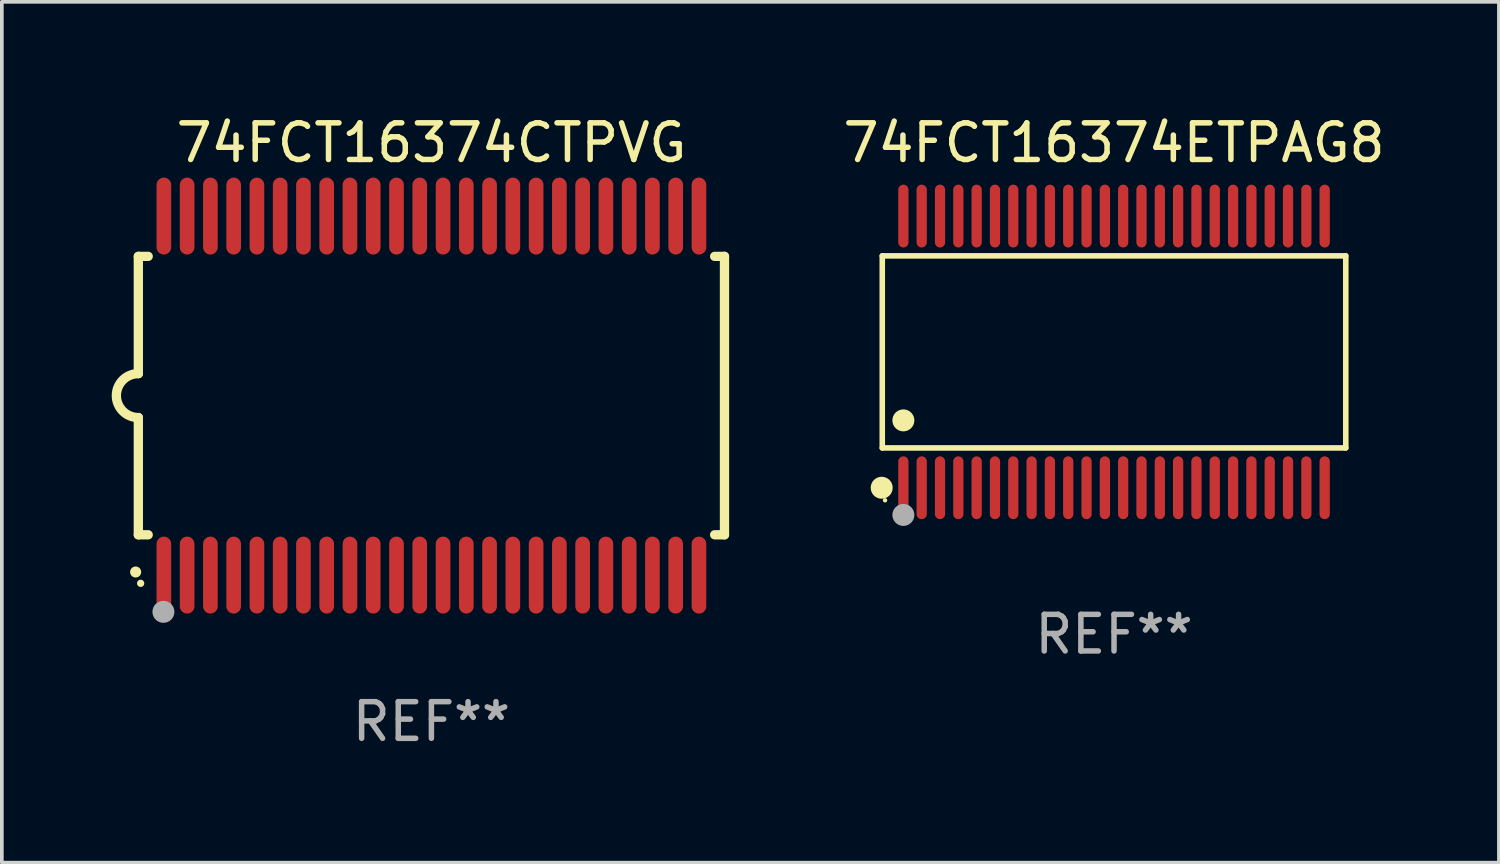
<source format=kicad_pcb>
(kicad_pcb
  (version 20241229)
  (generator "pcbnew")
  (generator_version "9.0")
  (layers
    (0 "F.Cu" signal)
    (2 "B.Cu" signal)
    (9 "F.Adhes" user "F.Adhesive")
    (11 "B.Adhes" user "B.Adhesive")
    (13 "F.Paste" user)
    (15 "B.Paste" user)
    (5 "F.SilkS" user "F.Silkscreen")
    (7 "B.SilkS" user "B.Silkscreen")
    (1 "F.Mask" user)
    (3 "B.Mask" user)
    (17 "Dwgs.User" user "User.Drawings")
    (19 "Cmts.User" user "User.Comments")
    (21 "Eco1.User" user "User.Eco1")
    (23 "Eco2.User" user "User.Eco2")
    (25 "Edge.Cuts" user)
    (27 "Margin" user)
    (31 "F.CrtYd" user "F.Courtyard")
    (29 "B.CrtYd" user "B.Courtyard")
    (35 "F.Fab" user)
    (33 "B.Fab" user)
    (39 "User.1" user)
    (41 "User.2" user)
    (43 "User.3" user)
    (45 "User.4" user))
  (footprint "74FCT16374ETPAG8"
    (layer "F.Cu")
    (at 27.359 6.556)
    (property "Reference" "74FCT16374ETPAG8" (at 0 -5.708 0) (layer "F.SilkS") (effects (font (size 1 1) (thickness 0.15))))
    (attr through_hole)
    (fp_line (start -6.326 -2.622) (end 6.326 -2.622) (stroke (width 0.152) (type solid)) (layer "F.SilkS"))
    (fp_line (start -6.326 2.621) (end -6.326 -2.622) (stroke (width 0.152) (type solid)) (layer "F.SilkS"))
    (fp_line (start 6.326 -2.622) (end 6.326 2.621) (stroke (width 0.152) (type solid)) (layer "F.SilkS"))
    (fp_line (start 6.326 2.621) (end -6.326 2.621) (stroke (width 0.152) (type solid)) (layer "F.SilkS"))
    (fp_circle (center -6.342 3.708) (end -6.192 3.708) (stroke (width 0.3) (type solid)) (fill no) (layer "F.SilkS"))
    (fp_circle (center -6.25 4.05) (end -6.22 4.05) (stroke (width 0.06) (type solid)) (fill no) (layer "F.SilkS"))
    (fp_circle (center -5.75 1.869) (end -5.6 1.869) (stroke (width 0.3) (type solid)) (fill no) (layer "F.SilkS"))
    (fp_circle (center -5.75 4.45) (end -5.6 4.45) (stroke (width 0.3) (type solid)) (fill no) (layer "F.Fab"))
    (fp_text user "REF**" (at 0 7.708 0) (layer "F.Fab") (effects (font (size 1 1) (thickness 0.15))))
    (pad "1" smd oval (at -5.75 3.708) (size 0.28 1.715) (layers "F.Cu" "F.Mask" "F.Paste"))
    (pad "2" smd oval (at -5.25 3.708) (size 0.28 1.715) (layers "F.Cu" "F.Mask" "F.Paste"))
    (pad "3" smd oval (at -4.75 3.708) (size 0.28 1.715) (layers "F.Cu" "F.Mask" "F.Paste"))
    (pad "4" smd oval (at -4.25 3.708) (size 0.28 1.715) (layers "F.Cu" "F.Mask" "F.Paste"))
    (pad "5" smd oval (at -3.75 3.708) (size 0.28 1.715) (layers "F.Cu" "F.Mask" "F.Paste"))
    (pad "6" smd oval (at -3.25 3.708) (size 0.28 1.715) (layers "F.Cu" "F.Mask" "F.Paste"))
    (pad "7" smd oval (at -2.75 3.708) (size 0.28 1.715) (layers "F.Cu" "F.Mask" "F.Paste"))
    (pad "8" smd oval (at -2.25 3.708) (size 0.28 1.715) (layers "F.Cu" "F.Mask" "F.Paste"))
    (pad "9" smd oval (at -1.75 3.708) (size 0.28 1.715) (layers "F.Cu" "F.Mask" "F.Paste"))
    (pad "10" smd oval (at -1.25 3.708) (size 0.28 1.715) (layers "F.Cu" "F.Mask" "F.Paste"))
    (pad "11" smd oval (at -0.75 3.708) (size 0.28 1.715) (layers "F.Cu" "F.Mask" "F.Paste"))
    (pad "12" smd oval (at -0.25 3.708) (size 0.28 1.715) (layers "F.Cu" "F.Mask" "F.Paste"))
    (pad "13" smd oval (at 0.25 3.708) (size 0.28 1.715) (layers "F.Cu" "F.Mask" "F.Paste"))
    (pad "14" smd oval (at 0.75 3.708) (size 0.28 1.715) (layers "F.Cu" "F.Mask" "F.Paste"))
    (pad "15" smd oval (at 1.25 3.708) (size 0.28 1.715) (layers "F.Cu" "F.Mask" "F.Paste"))
    (pad "16" smd oval (at 1.75 3.708) (size 0.28 1.715) (layers "F.Cu" "F.Mask" "F.Paste"))
    (pad "17" smd oval (at 2.25 3.708) (size 0.28 1.715) (layers "F.Cu" "F.Mask" "F.Paste"))
    (pad "18" smd oval (at 2.75 3.708) (size 0.28 1.715) (layers "F.Cu" "F.Mask" "F.Paste"))
    (pad "19" smd oval (at 3.25 3.708) (size 0.28 1.715) (layers "F.Cu" "F.Mask" "F.Paste"))
    (pad "20" smd oval (at 3.75 3.708) (size 0.28 1.715) (layers "F.Cu" "F.Mask" "F.Paste"))
    (pad "21" smd oval (at 4.25 3.708) (size 0.28 1.715) (layers "F.Cu" "F.Mask" "F.Paste"))
    (pad "22" smd oval (at 4.75 3.708) (size 0.28 1.715) (layers "F.Cu" "F.Mask" "F.Paste"))
    (pad "23" smd oval (at 5.25 3.708) (size 0.28 1.715) (layers "F.Cu" "F.Mask" "F.Paste"))
    (pad "24" smd oval (at 5.75 3.708) (size 0.28 1.715) (layers "F.Cu" "F.Mask" "F.Paste"))
    (pad "25" smd oval (at 5.75 -3.708) (size 0.28 1.715) (layers "F.Cu" "F.Mask" "F.Paste"))
    (pad "26" smd oval (at 5.25 -3.708) (size 0.28 1.715) (layers "F.Cu" "F.Mask" "F.Paste"))
    (pad "27" smd oval (at 4.75 -3.708) (size 0.28 1.715) (layers "F.Cu" "F.Mask" "F.Paste"))
    (pad "28" smd oval (at 4.25 -3.708) (size 0.28 1.715) (layers "F.Cu" "F.Mask" "F.Paste"))
    (pad "29" smd oval (at 3.75 -3.708) (size 0.28 1.715) (layers "F.Cu" "F.Mask" "F.Paste"))
    (pad "30" smd oval (at 3.25 -3.708) (size 0.28 1.715) (layers "F.Cu" "F.Mask" "F.Paste"))
    (pad "31" smd oval (at 2.75 -3.708) (size 0.28 1.715) (layers "F.Cu" "F.Mask" "F.Paste"))
    (pad "32" smd oval (at 2.25 -3.708) (size 0.28 1.715) (layers "F.Cu" "F.Mask" "F.Paste"))
    (pad "33" smd oval (at 1.75 -3.708) (size 0.28 1.715) (layers "F.Cu" "F.Mask" "F.Paste"))
    (pad "34" smd oval (at 1.25 -3.708) (size 0.28 1.715) (layers "F.Cu" "F.Mask" "F.Paste"))
    (pad "35" smd oval (at 0.75 -3.708) (size 0.28 1.715) (layers "F.Cu" "F.Mask" "F.Paste"))
    (pad "36" smd oval (at 0.25 -3.708) (size 0.28 1.715) (layers "F.Cu" "F.Mask" "F.Paste"))
    (pad "37" smd oval (at -0.25 -3.708) (size 0.28 1.715) (layers "F.Cu" "F.Mask" "F.Paste"))
    (pad "38" smd oval (at -0.75 -3.708) (size 0.28 1.715) (layers "F.Cu" "F.Mask" "F.Paste"))
    (pad "39" smd oval (at -1.25 -3.708) (size 0.28 1.715) (layers "F.Cu" "F.Mask" "F.Paste"))
    (pad "40" smd oval (at -1.75 -3.708) (size 0.28 1.715) (layers "F.Cu" "F.Mask" "F.Paste"))
    (pad "41" smd oval (at -2.25 -3.708) (size 0.28 1.715) (layers "F.Cu" "F.Mask" "F.Paste"))
    (pad "42" smd oval (at -2.75 -3.708) (size 0.28 1.715) (layers "F.Cu" "F.Mask" "F.Paste"))
    (pad "43" smd oval (at -3.25 -3.708) (size 0.28 1.715) (layers "F.Cu" "F.Mask" "F.Paste"))
    (pad "44" smd oval (at -3.75 -3.708) (size 0.28 1.715) (layers "F.Cu" "F.Mask" "F.Paste"))
    (pad "45" smd oval (at -4.25 -3.708) (size 0.28 1.715) (layers "F.Cu" "F.Mask" "F.Paste"))
    (pad "46" smd oval (at -4.75 -3.708) (size 0.28 1.715) (layers "F.Cu" "F.Mask" "F.Paste"))
    (pad "47" smd oval (at -5.25 -3.708) (size 0.28 1.715) (layers "F.Cu" "F.Mask" "F.Paste"))
    (pad "48" smd oval (at -5.75 -3.708) (size 0.28 1.715) (layers "F.Cu" "F.Mask" "F.Paste")))
  (footprint "74FCT16374CTPVG"
    (layer "F.Cu")
    (at 8.726 7.748)
    (property "Reference" "74FCT16374CTPVG" (at 0 -6.9 0) (layer "F.SilkS") (effects (font (size 1 1) (thickness 0.15))))
    (attr through_hole)
    (fp_line (start -8 -3.8) (end -8 -0.599) (stroke (width 0.254) (type solid)) (layer "F.SilkS"))
    (fp_line (start -8 -3.8) (end -7.731 -3.8) (stroke (width 0.254) (type solid)) (layer "F.SilkS"))
    (fp_line (start -8 3.8) (end -8 0.599) (stroke (width 0.254) (type solid)) (layer "F.SilkS"))
    (fp_line (start -7.731 3.8) (end -8 3.8) (stroke (width 0.254) (type solid)) (layer "F.SilkS"))
    (fp_line (start 7.731 -3.8) (end 8 -3.8) (stroke (width 0.254) (type solid)) (layer "F.SilkS"))
    (fp_line (start 8 -3.8) (end 8 3.8) (stroke (width 0.254) (type solid)) (layer "F.SilkS"))
    (fp_line (start 8 3.8) (end 7.731 3.8) (stroke (width 0.254) (type solid)) (layer "F.SilkS"))
    (fp_arc (start -8.074676 4.81585) (mid -8.073406 4.815845) (end -8.072136 4.81585) (stroke (width 0.3) (type solid)) (layer "F.SilkS"))
    (fp_arc (start -8.000025 0.6) (mid -8.598908 0.00056) (end -8.000027 -0.598882) (stroke (width 0.254001) (type solid)) (layer "F.SilkS"))
    (fp_circle (center -7.937 5.125) (end -7.887 5.125) (stroke (width 0.1) (type solid)) (fill no) (layer "F.SilkS"))
    (fp_circle (center -7.315 5.903) (end -7.165 5.903) (stroke (width 0.3) (type solid)) (fill no) (layer "F.Fab"))
    (fp_text user "REF**" (at 0 8.9 0) (layer "F.Fab") (effects (font (size 1 1) (thickness 0.15))))
    (pad "1" smd oval (at -7.303 4.9) (size 0.4 2.1) (layers "F.Cu" "F.Mask" "F.Paste"))
    (pad "2" smd oval (at -6.668 4.9) (size 0.4 2.1) (layers "F.Cu" "F.Mask" "F.Paste"))
    (pad "3" smd oval (at -6.033 4.9) (size 0.4 2.1) (layers "F.Cu" "F.Mask" "F.Paste"))
    (pad "4" smd oval (at -5.398 4.9) (size 0.4 2.1) (layers "F.Cu" "F.Mask" "F.Paste"))
    (pad "5" smd oval (at -4.763 4.9) (size 0.4 2.1) (layers "F.Cu" "F.Mask" "F.Paste"))
    (pad "6" smd oval (at -4.128 4.9) (size 0.4 2.1) (layers "F.Cu" "F.Mask" "F.Paste"))
    (pad "7" smd oval (at -3.493 4.9) (size 0.4 2.1) (layers "F.Cu" "F.Mask" "F.Paste"))
    (pad "8" smd oval (at -2.858 4.9) (size 0.4 2.1) (layers "F.Cu" "F.Mask" "F.Paste"))
    (pad "9" smd oval (at -2.223 4.9) (size 0.4 2.1) (layers "F.Cu" "F.Mask" "F.Paste"))
    (pad "10" smd oval (at -1.588 4.9) (size 0.4 2.1) (layers "F.Cu" "F.Mask" "F.Paste"))
    (pad "11" smd oval (at -0.953 4.9) (size 0.4 2.1) (layers "F.Cu" "F.Mask" "F.Paste"))
    (pad "12" smd oval (at -0.318 4.9) (size 0.4 2.1) (layers "F.Cu" "F.Mask" "F.Paste"))
    (pad "13" smd oval (at 0.318 4.9) (size 0.4 2.1) (layers "F.Cu" "F.Mask" "F.Paste"))
    (pad "14" smd oval (at 0.953 4.9) (size 0.4 2.1) (layers "F.Cu" "F.Mask" "F.Paste"))
    (pad "15" smd oval (at 1.588 4.9) (size 0.4 2.1) (layers "F.Cu" "F.Mask" "F.Paste"))
    (pad "16" smd oval (at 2.223 4.9) (size 0.4 2.1) (layers "F.Cu" "F.Mask" "F.Paste"))
    (pad "17" smd oval (at 2.858 4.9) (size 0.4 2.1) (layers "F.Cu" "F.Mask" "F.Paste"))
    (pad "18" smd oval (at 3.493 4.9) (size 0.4 2.1) (layers "F.Cu" "F.Mask" "F.Paste"))
    (pad "19" smd oval (at 4.128 4.9) (size 0.4 2.1) (layers "F.Cu" "F.Mask" "F.Paste"))
    (pad "20" smd oval (at 4.763 4.9) (size 0.4 2.1) (layers "F.Cu" "F.Mask" "F.Paste"))
    (pad "21" smd oval (at 5.398 4.9) (size 0.4 2.1) (layers "F.Cu" "F.Mask" "F.Paste"))
    (pad "22" smd oval (at 6.033 4.9) (size 0.4 2.1) (layers "F.Cu" "F.Mask" "F.Paste"))
    (pad "23" smd oval (at 6.668 4.9) (size 0.4 2.1) (layers "F.Cu" "F.Mask" "F.Paste"))
    (pad "24" smd oval (at 7.303 4.9) (size 0.4 2.1) (layers "F.Cu" "F.Mask" "F.Paste"))
    (pad "25" smd oval (at 7.303 -4.9 180) (size 0.4 2.1) (layers "F.Cu" "F.Mask" "F.Paste"))
    (pad "26" smd oval (at 6.668 -4.9 180) (size 0.4 2.1) (layers "F.Cu" "F.Mask" "F.Paste"))
    (pad "27" smd oval (at 6.033 -4.9 180) (size 0.4 2.1) (layers "F.Cu" "F.Mask" "F.Paste"))
    (pad "28" smd oval (at 5.398 -4.9 180) (size 0.4 2.1) (layers "F.Cu" "F.Mask" "F.Paste"))
    (pad "29" smd oval (at 4.763 -4.9 180) (size 0.4 2.1) (layers "F.Cu" "F.Mask" "F.Paste"))
    (pad "30" smd oval (at 4.128 -4.9 180) (size 0.4 2.1) (layers "F.Cu" "F.Mask" "F.Paste"))
    (pad "31" smd oval (at 3.493 -4.9 180) (size 0.4 2.1) (layers "F.Cu" "F.Mask" "F.Paste"))
    (pad "32" smd oval (at 2.858 -4.9 180) (size 0.4 2.1) (layers "F.Cu" "F.Mask" "F.Paste"))
    (pad "33" smd oval (at 2.223 -4.9 180) (size 0.4 2.1) (layers "F.Cu" "F.Mask" "F.Paste"))
    (pad "34" smd oval (at 1.588 -4.9 180) (size 0.4 2.1) (layers "F.Cu" "F.Mask" "F.Paste"))
    (pad "35" smd oval (at 0.953 -4.9 180) (size 0.4 2.1) (layers "F.Cu" "F.Mask" "F.Paste"))
    (pad "36" smd oval (at 0.318 -4.9 180) (size 0.4 2.1) (layers "F.Cu" "F.Mask" "F.Paste"))
    (pad "37" smd oval (at -0.318 -4.9 180) (size 0.4 2.1) (layers "F.Cu" "F.Mask" "F.Paste"))
    (pad "38" smd oval (at -0.953 -4.9 180) (size 0.4 2.1) (layers "F.Cu" "F.Mask" "F.Paste"))
    (pad "39" smd oval (at -1.588 -4.9 180) (size 0.4 2.1) (layers "F.Cu" "F.Mask" "F.Paste"))
    (pad "40" smd oval (at -2.223 -4.9 180) (size 0.4 2.1) (layers "F.Cu" "F.Mask" "F.Paste"))
    (pad "41" smd oval (at -2.858 -4.9 180) (size 0.4 2.1) (layers "F.Cu" "F.Mask" "F.Paste"))
    (pad "42" smd oval (at -3.493 -4.9 180) (size 0.4 2.1) (layers "F.Cu" "F.Mask" "F.Paste"))
    (pad "43" smd oval (at -4.128 -4.9 180) (size 0.4 2.1) (layers "F.Cu" "F.Mask" "F.Paste"))
    (pad "44" smd oval (at -4.763 -4.9 180) (size 0.4 2.1) (layers "F.Cu" "F.Mask" "F.Paste"))
    (pad "45" smd oval (at -5.398 -4.9 180) (size 0.4 2.1) (layers "F.Cu" "F.Mask" "F.Paste"))
    (pad "46" smd oval (at -6.033 -4.9 180) (size 0.4 2.1) (layers "F.Cu" "F.Mask" "F.Paste"))
    (pad "47" smd oval (at -6.668 -4.9 180) (size 0.4 2.1) (layers "F.Cu" "F.Mask" "F.Paste"))
    (pad "48" smd oval (at -7.303 -4.9 180) (size 0.4 2.1) (layers "F.Cu" "F.Mask" "F.Paste")))
  (gr_rect
    (start -3 -3)
    (end 37.865 20.496)
    (stroke (width 0.1) (type default))
    (fill no)
    (layer "Edge.Cuts")))
</source>
